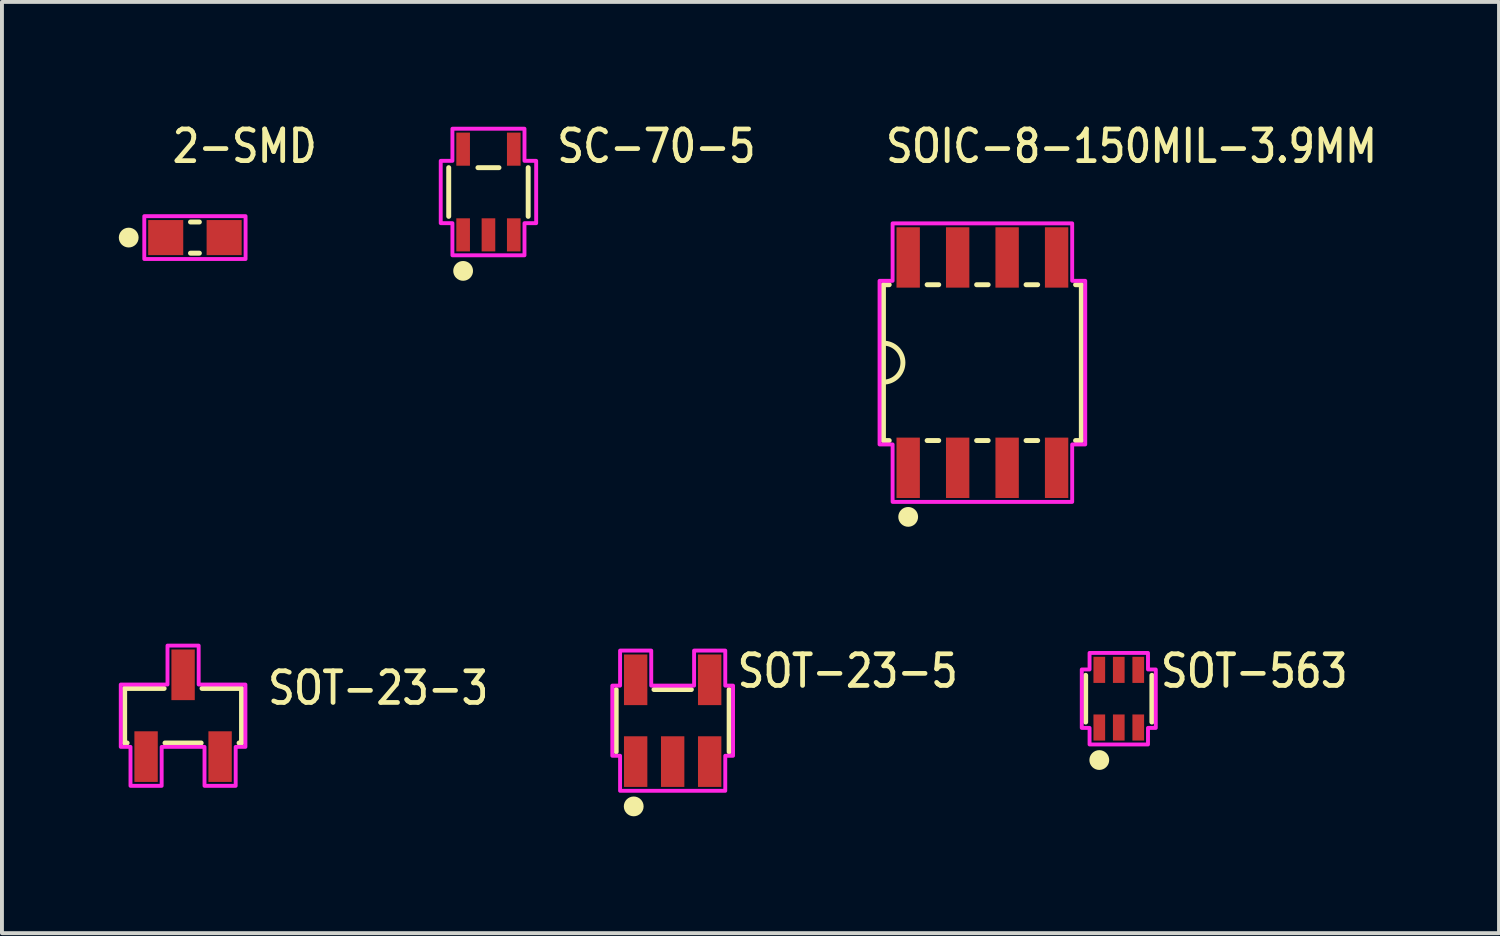
<source format=kicad_pcb>
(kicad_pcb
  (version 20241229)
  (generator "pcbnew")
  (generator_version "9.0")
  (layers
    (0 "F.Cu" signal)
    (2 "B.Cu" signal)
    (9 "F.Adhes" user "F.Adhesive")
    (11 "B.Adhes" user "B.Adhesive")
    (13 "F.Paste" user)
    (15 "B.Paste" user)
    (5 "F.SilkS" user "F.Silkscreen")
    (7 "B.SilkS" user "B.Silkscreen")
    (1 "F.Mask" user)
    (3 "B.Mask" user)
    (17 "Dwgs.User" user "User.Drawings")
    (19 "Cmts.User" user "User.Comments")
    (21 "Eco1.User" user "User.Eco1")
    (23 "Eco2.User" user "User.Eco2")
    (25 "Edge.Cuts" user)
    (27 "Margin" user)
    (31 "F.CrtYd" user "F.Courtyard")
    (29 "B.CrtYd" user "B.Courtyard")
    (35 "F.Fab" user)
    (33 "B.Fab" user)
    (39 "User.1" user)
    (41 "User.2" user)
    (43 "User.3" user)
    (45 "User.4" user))
  (footprint "SOIC-8-150MIL-3.9MM"
    (layer "F.Cu")
    (at 22.169 6.259)
    (property "Reference" "SOIC-8-150MIL-3.9MM" (at -2.54 -5.08 0) (unlocked yes) (layer "F.SilkS") (effects (font (size 0.813 0.695) (thickness 0.122)) (justify left bottom)))
    (fp_line (start -2.54 -2) (end -2.54 -0.5) (stroke (width 0.127) (type solid)) (layer "F.SilkS"))
    (fp_line (start -2.54 -2) (end -2.392 -2) (stroke (width 0.127) (type solid)) (layer "F.SilkS"))
    (fp_line (start -2.54 -0.5) (end -2.54 0.5) (stroke (width 0.127) (type solid)) (layer "F.SilkS"))
    (fp_line (start -2.54 0.5) (end -2.54 2) (stroke (width 0.127) (type solid)) (layer "F.SilkS"))
    (fp_line (start -2.54 2) (end -2.392 2) (stroke (width 0.127) (type solid)) (layer "F.SilkS"))
    (fp_line (start -1.419 -2) (end -1.121 -2) (stroke (width 0.127) (type solid)) (layer "F.SilkS"))
    (fp_line (start -1.419 2) (end -1.121 2) (stroke (width 0.127) (type solid)) (layer "F.SilkS"))
    (fp_line (start -0.148 -2) (end 0.148 -2) (stroke (width 0.127) (type solid)) (layer "F.SilkS"))
    (fp_line (start -0.148 2) (end 0.148 2) (stroke (width 0.127) (type solid)) (layer "F.SilkS"))
    (fp_line (start 1.121 -2) (end 1.419 -2) (stroke (width 0.127) (type solid)) (layer "F.SilkS"))
    (fp_line (start 1.121 2) (end 1.419 2) (stroke (width 0.127) (type solid)) (layer "F.SilkS"))
    (fp_line (start 2.392 -2) (end 2.54 -2) (stroke (width 0.127) (type solid)) (layer "F.SilkS"))
    (fp_line (start 2.392 2) (end 2.54 2) (stroke (width 0.127) (type solid)) (layer "F.SilkS"))
    (fp_line (start 2.54 -2) (end 2.54 2) (stroke (width 0.127) (type solid)) (layer "F.SilkS"))
    (fp_arc (start -2.54 -0.5) (mid -2.04 0) (end -2.54 0.5) (stroke (width 0.127) (type solid)) (layer "F.SilkS"))
    (fp_circle (center -1.905 3.96) (end -1.651 3.96) (stroke (width 0) (type solid)) (fill yes) (layer "F.SilkS"))
    (fp_poly (pts (xy -2.305 3.575) (xy -2.305 2.1) (xy -2.64 2.1) (xy -2.64 -2.1) (xy -2.305 -2.1) (xy -2.305 -3.575) (xy 2.305 -3.575) (xy 2.305 -2.1) (xy 2.64 -2.1) (xy 2.64 2.1) (xy 2.305 2.1) (xy 2.305 3.575)) (stroke (width 0.1) (type solid)) (fill no) (layer "F.CrtYd"))
    (pad "1" smd rect (at -1.905 2.7) (size 0.6 1.55) (layers "F.Cu" "F.Mask" "F.Paste"))
    (pad "2" smd rect (at -0.635 2.7) (size 0.6 1.55) (layers "F.Cu" "F.Mask" "F.Paste"))
    (pad "3" smd rect (at 0.635 2.7) (size 0.6 1.55) (layers "F.Cu" "F.Mask" "F.Paste"))
    (pad "4" smd rect (at 1.905 2.7) (size 0.6 1.55) (layers "F.Cu" "F.Mask" "F.Paste"))
    (pad "5" smd rect (at 1.905 -2.7) (size 0.6 1.55) (layers "F.Cu" "F.Mask" "F.Paste"))
    (pad "6" smd rect (at 0.635 -2.7) (size 0.6 1.55) (layers "F.Cu" "F.Mask" "F.Paste"))
    (pad "7" smd rect (at -0.635 -2.7) (size 0.6 1.55) (layers "F.Cu" "F.Mask" "F.Paste"))
    (pad "8" smd rect (at -1.905 -2.7) (size 0.6 1.55) (layers "F.Cu" "F.Mask" "F.Paste")))
  (footprint "SOT-563"
    (layer "F.Cu")
    (at 25.67 14.886)
    (property "Reference" "SOT-563" (at 1.015 -0.235 0) (unlocked yes) (layer "F.SilkS") (effects (font (size 0.813 0.695) (thickness 0.122)) (justify left bottom)))
    (fp_line (start -0.85 -0.6) (end -0.85 0.6) (stroke (width 0.127) (type solid)) (layer "F.SilkS"))
    (fp_line (start 0.85 -0.6) (end 0.85 0.6) (stroke (width 0.127) (type solid)) (layer "F.SilkS"))
    (fp_circle (center -0.5 1.575) (end -0.246 1.575) (stroke (width 0) (type solid)) (fill yes) (layer "F.SilkS"))
    (fp_poly (pts (xy -0.75 -0.75) (xy -0.75 -1.175) (xy 0.75 -1.175) (xy 0.75 -0.75) (xy 0.95 -0.75) (xy 0.95 0.75) (xy 0.75 0.75) (xy 0.75 1.175) (xy -0.75 1.175) (xy -0.75 0.75) (xy -0.95 0.75) (xy -0.95 -0.75)) (stroke (width 0.1) (type solid)) (fill no) (layer "F.CrtYd"))
    (pad "1" smd rect (at -0.5 0.74) (size 0.3 0.67) (layers "F.Cu" "F.Mask" "F.Paste"))
    (pad "2" smd rect (at 0 0.74) (size 0.3 0.67) (layers "F.Cu" "F.Mask" "F.Paste"))
    (pad "3" smd rect (at 0.5 0.74) (size 0.3 0.67) (layers "F.Cu" "F.Mask" "F.Paste"))
    (pad "4" smd rect (at 0.5 -0.74) (size 0.3 0.67) (layers "F.Cu" "F.Mask" "F.Paste"))
    (pad "5" smd rect (at 0 -0.74) (size 0.3 0.67) (layers "F.Cu" "F.Mask" "F.Paste"))
    (pad "6" smd rect (at -0.5 -0.74) (size 0.3 0.67) (layers "F.Cu" "F.Mask" "F.Paste")))
  (footprint "SOT-23-3"
    (layer "F.Cu")
    (at 1.65 15.323)
    (property "Reference" "SOT-23-3" (at 2.115 -0.235 0) (unlocked yes) (layer "F.SilkS") (effects (font (size 0.813 0.695) (thickness 0.122)) (justify left bottom)))
    (fp_line (start -1.5 -0.7) (end -1.5 0.7) (stroke (width 0.127) (type solid)) (layer "F.SilkS"))
    (fp_line (start -1.5 0.7) (end -1.437 0.7) (stroke (width 0.127) (type solid)) (layer "F.SilkS"))
    (fp_line (start -0.486 -0.7) (end -1.5 -0.7) (stroke (width 0.127) (type solid)) (layer "F.SilkS"))
    (fp_line (start -0.464 0.7) (end 0.464 0.7) (stroke (width 0.127) (type solid)) (layer "F.SilkS"))
    (fp_line (start 0.486 -0.7) (end 1.5 -0.7) (stroke (width 0.127) (type solid)) (layer "F.SilkS"))
    (fp_line (start 1.437 0.7) (end 1.5 0.7) (stroke (width 0.127) (type solid)) (layer "F.SilkS"))
    (fp_line (start 1.5 -0.7) (end 1.5 0.7) (stroke (width 0.127) (type solid)) (layer "F.SilkS"))
    (fp_poly (pts (xy -0.4 -0.8) (xy -0.4 -1.8) (xy 0.4 -1.8) (xy 0.4 -0.8) (xy 1.6 -0.8) (xy 1.6 0.8) (xy 1.35 0.8) (xy 1.35 1.8) (xy 0.55 1.8) (xy 0.55 0.8) (xy -0.55 0.8) (xy -0.55 1.8) (xy -1.35 1.8) (xy -1.35 0.8) (xy -1.6 0.8) (xy -1.6 -0.8)) (stroke (width 0.1) (type solid)) (fill no) (layer "F.CrtYd"))
    (pad "1" smd rect (at -0.95 1.05) (size 0.6 1.3) (layers "F.Cu" "F.Mask" "F.Paste"))
    (pad "2" smd rect (at 0.95 1.05) (size 0.6 1.3) (layers "F.Cu" "F.Mask" "F.Paste"))
    (pad "3" smd rect (at 0 -1.05) (size 0.6 1.3) (layers "F.Cu" "F.Mask" "F.Paste")))
  (footprint "SOT-23-5"
    (layer "F.Cu")
    (at 14.218 15.451)
    (property "Reference" "SOT-23-5" (at 1.6 -0.8 0) (unlocked yes) (layer "F.SilkS") (effects (font (size 0.813 0.695) (thickness 0.122)) (justify left bottom)))
    (fp_line (start -1.45 -0.8) (end -1.45 0.8) (stroke (width 0.127) (type solid)) (layer "F.SilkS"))
    (fp_line (start -0.48 -0.8) (end 0.48 -0.8) (stroke (width 0.127) (type solid)) (layer "F.SilkS"))
    (fp_line (start 1.45 -0.8) (end 1.45 0.8) (stroke (width 0.127) (type solid)) (layer "F.SilkS"))
    (fp_circle (center -1 2.2) (end -0.746 2.2) (stroke (width 0) (type solid)) (fill yes) (layer "F.SilkS"))
    (fp_poly (pts (xy -1.35 -1.8) (xy -0.55 -1.8) (xy -0.55 -0.9) (xy 0.55 -0.9) (xy 0.55 -1.8) (xy 1.35 -1.8) (xy 1.35 -0.9) (xy 1.55 -0.9) (xy 1.55 0.9) (xy 1.35 0.9) (xy 1.35 1.8) (xy -1.35 1.8) (xy -1.35 0.9) (xy -1.55 0.9) (xy -1.55 -0.9) (xy -1.35 -0.9)) (stroke (width 0.1) (type solid)) (fill no) (layer "F.CrtYd"))
    (pad "1" smd rect (at -0.95 1.05) (size 0.6 1.3) (layers "F.Cu" "F.Mask" "F.Paste"))
    (pad "2" smd rect (at 0 1.05) (size 0.6 1.3) (layers "F.Cu" "F.Mask" "F.Paste"))
    (pad "3" smd rect (at 0.95 1.05) (size 0.6 1.3) (layers "F.Cu" "F.Mask" "F.Paste"))
    (pad "4" smd rect (at 0.95 -1.05) (size 0.6 1.3) (layers "F.Cu" "F.Mask" "F.Paste"))
    (pad "5" smd rect (at -0.95 -1.05) (size 0.6 1.3) (layers "F.Cu" "F.Mask" "F.Paste")))
  (footprint "2-SMD"
    (layer "F.Cu")
    (at 1.954 3.049)
    (property "Reference" "2-SMD" (at -0.64 -1.87 0) (unlocked yes) (layer "F.SilkS") (effects (font (size 0.813 0.695) (thickness 0.122)) (justify left bottom)))
    (fp_line (start -0.114 -0.4) (end 0.114 -0.4) (stroke (width 0.127) (type solid)) (layer "F.SilkS"))
    (fp_line (start 0.114 0.4) (end -0.114 0.4) (stroke (width 0.127) (type solid)) (layer "F.SilkS"))
    (fp_circle (center -1.7 0) (end -1.446 0) (stroke (width 0) (type solid)) (fill yes) (layer "F.SilkS"))
    (fp_poly (pts (xy -1.3 -0.55) (xy 1.3 -0.55) (xy 1.3 0.55) (xy -1.3 0.55)) (stroke (width 0.1) (type solid)) (fill no) (layer "F.CrtYd"))
    (pad "1" smd rect (at -0.75 0) (size 0.9 0.9) (layers "F.Cu" "F.Mask" "F.Paste"))
    (pad "2" smd rect (at 0.75 0) (size 0.9 0.9) (layers "F.Cu" "F.Mask" "F.Paste")))
  (footprint "SC-70-5"
    (layer "F.Cu")
    (at 9.489 1.879)
    (property "Reference" "SC-70-5" (at 1.7 -0.7 0) (unlocked yes) (layer "F.SilkS") (effects (font (size 0.813 0.695) (thickness 0.122)) (justify left bottom)))
    (fp_line (start -1.02 -0.625) (end -1.02 0.625) (stroke (width 0.127) (type solid)) (layer "F.SilkS"))
    (fp_line (start -0.27 -0.625) (end 0.27 -0.625) (stroke (width 0.127) (type solid)) (layer "F.SilkS"))
    (fp_line (start 1.02 -0.625) (end 1.02 0.625) (stroke (width 0.127) (type solid)) (layer "F.SilkS"))
    (fp_circle (center -0.65 2.025) (end -0.396 2.025) (stroke (width 0) (type solid)) (fill yes) (layer "F.SilkS"))
    (fp_poly (pts (xy -0.925 -1.625) (xy 0.925 -1.625) (xy 0.925 -0.8) (xy 1.225 -0.8) (xy 1.225 0.8) (xy 0.925 0.8) (xy 0.925 1.625) (xy -0.925 1.625) (xy -0.925 0.8) (xy -1.225 0.8) (xy -1.225 -0.8) (xy -0.925 -0.8)) (stroke (width 0.1) (type solid)) (fill no) (layer "F.CrtYd"))
    (pad "1" smd rect (at -0.65 1.1) (size 0.35 0.85) (layers "F.Cu" "F.Mask" "F.Paste"))
    (pad "2" smd rect (at 0 1.1) (size 0.35 0.85) (layers "F.Cu" "F.Mask" "F.Paste"))
    (pad "3" smd rect (at 0.65 1.1) (size 0.35 0.85) (layers "F.Cu" "F.Mask" "F.Paste"))
    (pad "4" smd rect (at 0.65 -1.1) (size 0.35 0.85) (layers "F.Cu" "F.Mask" "F.Paste"))
    (pad "5" smd rect (at -0.65 -1.1) (size 0.35 0.85) (layers "F.Cu" "F.Mask" "F.Paste")))
  (gr_rect
    (start -3 -3)
    (end 35.431 20.905)
    (stroke (width 0.1) (type default))
    (fill no)
    (layer "Edge.Cuts")))
</source>
